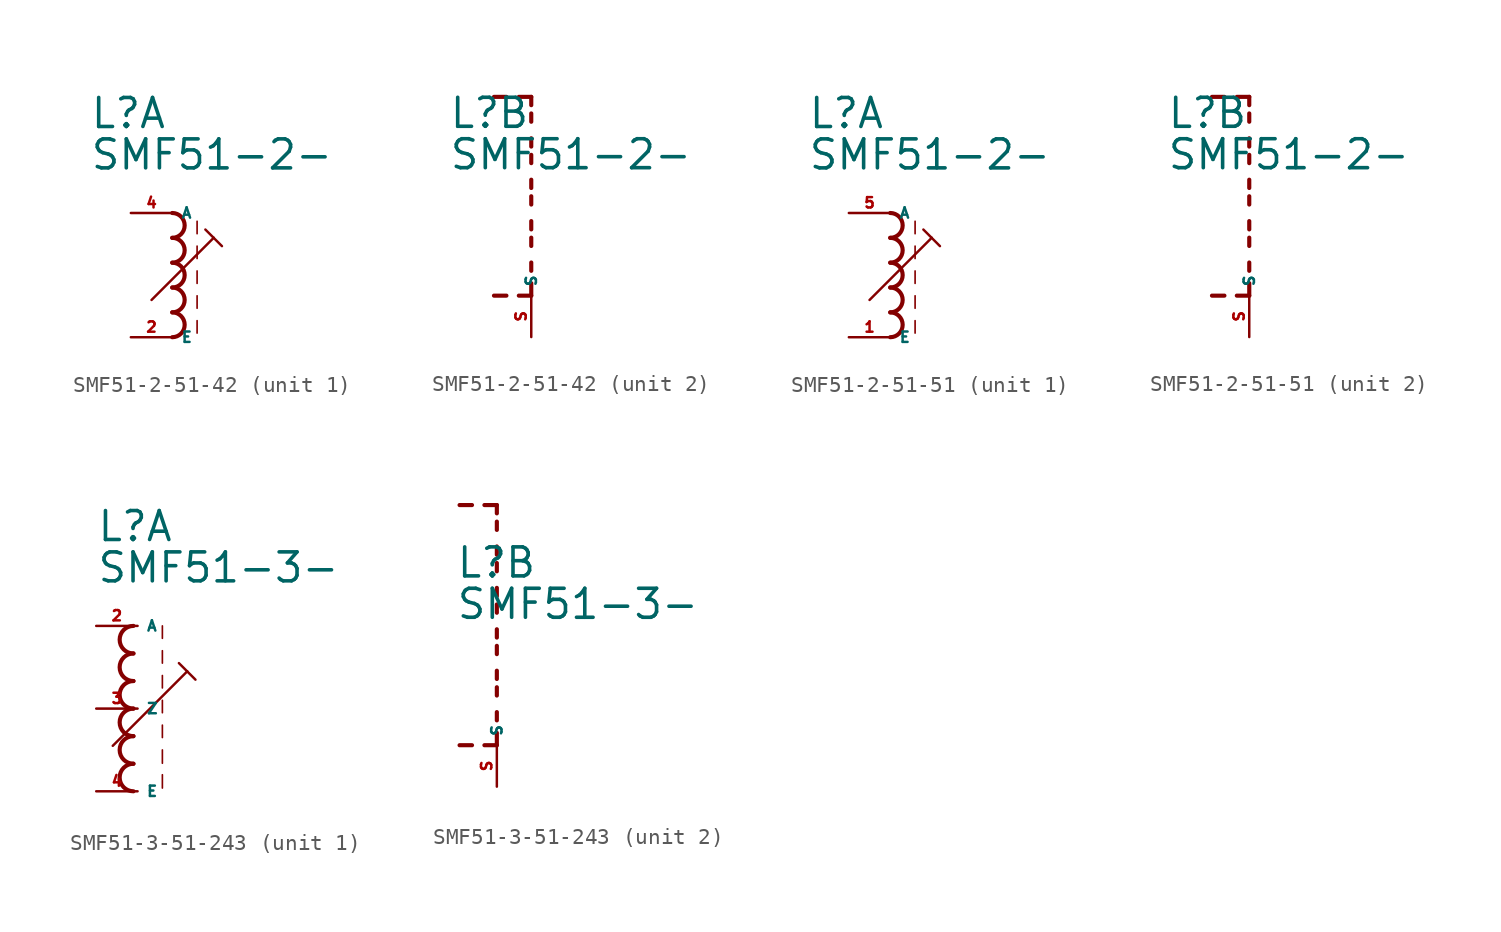
<source format=kicad_sym>
(kicad_symbol_lib
  (version 20220914)
  (generator kicad_symbol_editor)
  (symbol "SMF51-2-51-42"
    (property "Reference" "L"
      (at -5.08 10.16 0)
      (effects (font (size 1.778 1.778) (thickness 0.22)) (justify left bottom)))
    (property "Value" "SMF51-2-"
      (at -5.08 7.62 0)
      (effects (font (size 1.778 1.778) (thickness 0.22)) (justify left bottom)))
    (symbol "SMF51-2-51-42_1_0"
      (arc (start 0 -2.54) (mid 0.7587 -1.778) (end 0 -1.016) (stroke (width 0.254) (type default)) (fill (type none)))
      (arc (start 0 -1.016) (mid 0.7587 -0.254) (end 0 0.508) (stroke (width 0.254) (type default)) (fill (type none)))
      (polyline (pts (xy -1.27 -0.254) (xy 2.54 3.556)) (stroke (width 0.152) (type default)) (fill (type none)))
      (polyline (pts (xy 1.524 -1.524) (xy 1.524 -2.286)) (stroke (width 0.102) (type default)) (fill (type none)))
      (polyline (pts (xy 1.524 0) (xy 1.524 -0.762)) (stroke (width 0.102) (type default)) (fill (type none)))
      (polyline (pts (xy 1.524 1.524) (xy 1.524 0.762)) (stroke (width 0.102) (type default)) (fill (type none)))
      (polyline (pts (xy 1.524 3.048) (xy 1.524 2.286)) (stroke (width 0.102) (type default)) (fill (type none)))
      (polyline (pts (xy 1.524 4.572) (xy 1.524 3.81)) (stroke (width 0.102) (type default)) (fill (type none)))
      (polyline (pts (xy 2.032 4.064) (xy 2.54 3.556)) (stroke (width 0.152) (type default)) (fill (type none)))
      (polyline (pts (xy 2.54 3.556) (xy 3.048 3.048)) (stroke (width 0.152) (type default)) (fill (type none)))
      (arc (start 0 0.508) (mid 0.7587 1.27) (end 0 2.032) (stroke (width 0.254) (type default)) (fill (type none)))
      (arc (start 0 2.032) (mid 0.7587 2.794) (end 0 3.556) (stroke (width 0.254) (type default)) (fill (type none)))
      (arc (start 0 3.556) (mid 0.7587 4.318) (end 0 5.08) (stroke (width 0.254) (type default)) (fill (type none)))
      (pin passive line (at -2.54 -2.54 0) (length 2.54) (name "E" (effects (font (size 0.635 0.635)))) (number "2" (effects (font (size 0.635 0.635)))))
      (pin passive line (at -2.54 5.08 0) (length 2.54) (name "A" (effects (font (size 0.635 0.635)))) (number "4" (effects (font (size 0.635 0.635))))))
    (symbol "SMF51-2-51-42_2_0"
      (polyline (pts (xy -1.524 0) (xy -2.286 0)) (stroke (width 0.254) (type default)) (fill (type none)))
      (polyline (pts (xy -1.524 12.192) (xy -2.286 12.192)) (stroke (width 0.254) (type default)) (fill (type none)))
      (polyline (pts (xy 0 0) (xy -0.762 0)) (stroke (width 0.254) (type default)) (fill (type none)))
      (polyline (pts (xy 0 0) (xy 0 0.762)) (stroke (width 0.254) (type default)) (fill (type none)))
      (polyline (pts (xy 0 1.524) (xy 0 2.032)) (stroke (width 0.254) (type default)) (fill (type none)))
      (polyline (pts (xy 0 3.048) (xy 0 3.556)) (stroke (width 0.254) (type default)) (fill (type none)))
      (polyline (pts (xy 0 4.064) (xy 0 4.572)) (stroke (width 0.254) (type default)) (fill (type none)))
      (polyline (pts (xy 0 5.588) (xy 0 6.096)) (stroke (width 0.254) (type default)) (fill (type none)))
      (polyline (pts (xy 0 6.604) (xy 0 7.112)) (stroke (width 0.254) (type default)) (fill (type none)))
      (polyline (pts (xy 0 8.128) (xy 0 8.636)) (stroke (width 0.254) (type default)) (fill (type none)))
      (polyline (pts (xy 0 9.144) (xy 0 9.652)) (stroke (width 0.254) (type default)) (fill (type none)))
      (polyline (pts (xy 0 10.668) (xy 0 11.176)) (stroke (width 0.254) (type default)) (fill (type none)))
      (polyline (pts (xy 0 11.684) (xy 0 12.192)) (stroke (width 0.254) (type default)) (fill (type none)))
      (polyline (pts (xy 0 12.192) (xy -0.762 12.192)) (stroke (width 0.254) (type default)) (fill (type none)))
      (pin passive line (at 0 -2.54 90) (length 2.54) (name "S" (effects (font (size 0.635 0.635)))) (number "S" (effects (font (size 0.635 0.635)))))))
  (symbol "SMF51-2-51-51"
    (property "Reference" "L"
      (at -5.08 10.16 0)
      (effects (font (size 1.778 1.778) (thickness 0.22)) (justify left bottom)))
    (property "Value" "SMF51-2-"
      (at -5.08 7.62 0)
      (effects (font (size 1.778 1.778) (thickness 0.22)) (justify left bottom)))
    (symbol "SMF51-2-51-51_1_0"
      (arc (start 0 -2.54) (mid 0.7587 -1.778) (end 0 -1.016) (stroke (width 0.254) (type default)) (fill (type none)))
      (arc (start 0 -1.016) (mid 0.7587 -0.254) (end 0 0.508) (stroke (width 0.254) (type default)) (fill (type none)))
      (polyline (pts (xy -1.27 -0.254) (xy 2.54 3.556)) (stroke (width 0.152) (type default)) (fill (type none)))
      (polyline (pts (xy 1.524 -1.524) (xy 1.524 -2.286)) (stroke (width 0.102) (type default)) (fill (type none)))
      (polyline (pts (xy 1.524 0) (xy 1.524 -0.762)) (stroke (width 0.102) (type default)) (fill (type none)))
      (polyline (pts (xy 1.524 1.524) (xy 1.524 0.762)) (stroke (width 0.102) (type default)) (fill (type none)))
      (polyline (pts (xy 1.524 3.048) (xy 1.524 2.286)) (stroke (width 0.102) (type default)) (fill (type none)))
      (polyline (pts (xy 1.524 4.572) (xy 1.524 3.81)) (stroke (width 0.102) (type default)) (fill (type none)))
      (polyline (pts (xy 2.032 4.064) (xy 2.54 3.556)) (stroke (width 0.152) (type default)) (fill (type none)))
      (polyline (pts (xy 2.54 3.556) (xy 3.048 3.048)) (stroke (width 0.152) (type default)) (fill (type none)))
      (arc (start 0 0.508) (mid 0.7587 1.27) (end 0 2.032) (stroke (width 0.254) (type default)) (fill (type none)))
      (arc (start 0 2.032) (mid 0.7587 2.794) (end 0 3.556) (stroke (width 0.254) (type default)) (fill (type none)))
      (arc (start 0 3.556) (mid 0.7587 4.318) (end 0 5.08) (stroke (width 0.254) (type default)) (fill (type none)))
      (pin passive line (at -2.54 -2.54 0) (length 2.54) (name "E" (effects (font (size 0.635 0.635)))) (number "1" (effects (font (size 0.635 0.635)))))
      (pin passive line (at -2.54 5.08 0) (length 2.54) (name "A" (effects (font (size 0.635 0.635)))) (number "5" (effects (font (size 0.635 0.635))))))
    (symbol "SMF51-2-51-51_2_0"
      (polyline (pts (xy -1.524 0) (xy -2.286 0)) (stroke (width 0.254) (type default)) (fill (type none)))
      (polyline (pts (xy -1.524 12.192) (xy -2.286 12.192)) (stroke (width 0.254) (type default)) (fill (type none)))
      (polyline (pts (xy 0 0) (xy -0.762 0)) (stroke (width 0.254) (type default)) (fill (type none)))
      (polyline (pts (xy 0 0) (xy 0 0.762)) (stroke (width 0.254) (type default)) (fill (type none)))
      (polyline (pts (xy 0 1.524) (xy 0 2.032)) (stroke (width 0.254) (type default)) (fill (type none)))
      (polyline (pts (xy 0 3.048) (xy 0 3.556)) (stroke (width 0.254) (type default)) (fill (type none)))
      (polyline (pts (xy 0 4.064) (xy 0 4.572)) (stroke (width 0.254) (type default)) (fill (type none)))
      (polyline (pts (xy 0 5.588) (xy 0 6.096)) (stroke (width 0.254) (type default)) (fill (type none)))
      (polyline (pts (xy 0 6.604) (xy 0 7.112)) (stroke (width 0.254) (type default)) (fill (type none)))
      (polyline (pts (xy 0 8.128) (xy 0 8.636)) (stroke (width 0.254) (type default)) (fill (type none)))
      (polyline (pts (xy 0 9.144) (xy 0 9.652)) (stroke (width 0.254) (type default)) (fill (type none)))
      (polyline (pts (xy 0 10.668) (xy 0 11.176)) (stroke (width 0.254) (type default)) (fill (type none)))
      (polyline (pts (xy 0 11.684) (xy 0 12.192)) (stroke (width 0.254) (type default)) (fill (type none)))
      (polyline (pts (xy 0 12.192) (xy -0.762 12.192)) (stroke (width 0.254) (type default)) (fill (type none)))
      (pin passive line (at 0 -2.54 90) (length 2.54) (name "S" (effects (font (size 0.635 0.635)))) (number "S" (effects (font (size 0.635 0.635)))))))
  (symbol "SMF51-3-51-243"
    (property "Reference" "L"
      (at -2.54 10.16 0)
      (effects (font (size 1.778 1.778) (thickness 0.22)) (justify left bottom)))
    (property "Value" "SMF51-3-"
      (at -2.54 7.62 0)
      (effects (font (size 1.778 1.778) (thickness 0.22)) (justify left bottom)))
    (symbol "SMF51-3-51-243_1_0"
      (arc (start -0.254 -3.3866) (mid -1.1004 -4.2333) (end -0.254 -5.08) (stroke (width 0.254) (type default)) (fill (type none)))
      (arc (start -0.254 -1.6932) (mid -1.1004 -2.5399) (end -0.254 -3.3866) (stroke (width 0.254) (type default)) (fill (type none)))
      (arc (start -0.254 0) (mid -1.1004 -0.8467) (end -0.254 -1.6934) (stroke (width 0.254) (type default)) (fill (type none)))
      (arc (start -0.254 1.6934) (mid -1.1004 0.8467) (end -0.254 0) (stroke (width 0.254) (type default)) (fill (type none)))
      (arc (start -0.254 3.3866) (mid -1.1002 2.54) (end -0.254 1.6934) (stroke (width 0.254) (type default)) (fill (type none)))
      (arc (start -0.254 5.08) (mid -1.1004 4.2333) (end -0.254 3.3866) (stroke (width 0.254) (type default)) (fill (type none)))
      (polyline (pts (xy -1.524 -2.286) (xy 3.048 2.286)) (stroke (width 0.152) (type default)) (fill (type none)))
      (polyline (pts (xy 1.524 -4.064) (xy 1.524 -4.88)) (stroke (width 0.102) (type default)) (fill (type none)))
      (polyline (pts (xy 1.524 -2.54) (xy 1.524 -3.356)) (stroke (width 0.102) (type default)) (fill (type none)))
      (polyline (pts (xy 1.524 -1.016) (xy 1.524 -1.778)) (stroke (width 0.102) (type default)) (fill (type none)))
      (polyline (pts (xy 1.524 0.508) (xy 1.524 -0.254)) (stroke (width 0.102) (type default)) (fill (type none)))
      (polyline (pts (xy 1.524 2.032) (xy 1.524 1.27)) (stroke (width 0.102) (type default)) (fill (type none)))
      (polyline (pts (xy 1.524 3.556) (xy 1.524 2.794)) (stroke (width 0.102) (type default)) (fill (type none)))
      (polyline (pts (xy 1.524 5.08) (xy 1.524 4.318)) (stroke (width 0.102) (type default)) (fill (type none)))
      (polyline (pts (xy 2.54 2.794) (xy 3.048 2.286)) (stroke (width 0.152) (type default)) (fill (type none)))
      (polyline (pts (xy 3.048 2.286) (xy 3.556 1.778)) (stroke (width 0.152) (type default)) (fill (type none)))
      (pin passive line (at -2.54 5.08 0) (length 2.54) (name "A" (effects (font (size 0.635 0.635)))) (number "2" (effects (font (size 0.635 0.635)))))
      (pin passive line (at -2.54 0 0) (length 2.54) (name "Z" (effects (font (size 0.635 0.635)))) (number "3" (effects (font (size 0.635 0.635)))))
      (pin passive line (at -2.54 -5.08 0) (length 2.54) (name "E" (effects (font (size 0.635 0.635)))) (number "4" (effects (font (size 0.635 0.635))))))
    (symbol "SMF51-3-51-243_2_0"
      (polyline (pts (xy -1.524 0) (xy -2.286 0)) (stroke (width 0.254) (type default)) (fill (type none)))
      (polyline (pts (xy -1.524 14.732) (xy -2.286 14.732)) (stroke (width 0.254) (type default)) (fill (type none)))
      (polyline (pts (xy 0 0) (xy -0.762 0)) (stroke (width 0.254) (type default)) (fill (type none)))
      (polyline (pts (xy 0 0) (xy 0 0.762)) (stroke (width 0.254) (type default)) (fill (type none)))
      (polyline (pts (xy 0 1.524) (xy 0 2.032)) (stroke (width 0.254) (type default)) (fill (type none)))
      (polyline (pts (xy 0 3.048) (xy 0 3.556)) (stroke (width 0.254) (type default)) (fill (type none)))
      (polyline (pts (xy 0 4.064) (xy 0 4.572)) (stroke (width 0.254) (type default)) (fill (type none)))
      (polyline (pts (xy 0 5.588) (xy 0 6.096)) (stroke (width 0.254) (type default)) (fill (type none)))
      (polyline (pts (xy 0 6.604) (xy 0 7.112)) (stroke (width 0.254) (type default)) (fill (type none)))
      (polyline (pts (xy 0 8.128) (xy 0 8.636)) (stroke (width 0.254) (type default)) (fill (type none)))
      (polyline (pts (xy 0 9.144) (xy 0 9.652)) (stroke (width 0.254) (type default)) (fill (type none)))
      (polyline (pts (xy 0 10.668) (xy 0 11.176)) (stroke (width 0.254) (type default)) (fill (type none)))
      (polyline (pts (xy 0 11.684) (xy 0 12.192)) (stroke (width 0.254) (type default)) (fill (type none)))
      (polyline (pts (xy 0 13.208) (xy 0 13.716)) (stroke (width 0.254) (type default)) (fill (type none)))
      (polyline (pts (xy 0 14.224) (xy 0 14.732)) (stroke (width 0.254) (type default)) (fill (type none)))
      (polyline (pts (xy 0 14.732) (xy -0.762 14.732)) (stroke (width 0.254) (type default)) (fill (type none)))
      (pin passive line (at 0 -2.54 90) (length 2.54) (name "S" (effects (font (size 0.635 0.635)))) (number "S" (effects (font (size 0.635 0.635))))))))
</source>
